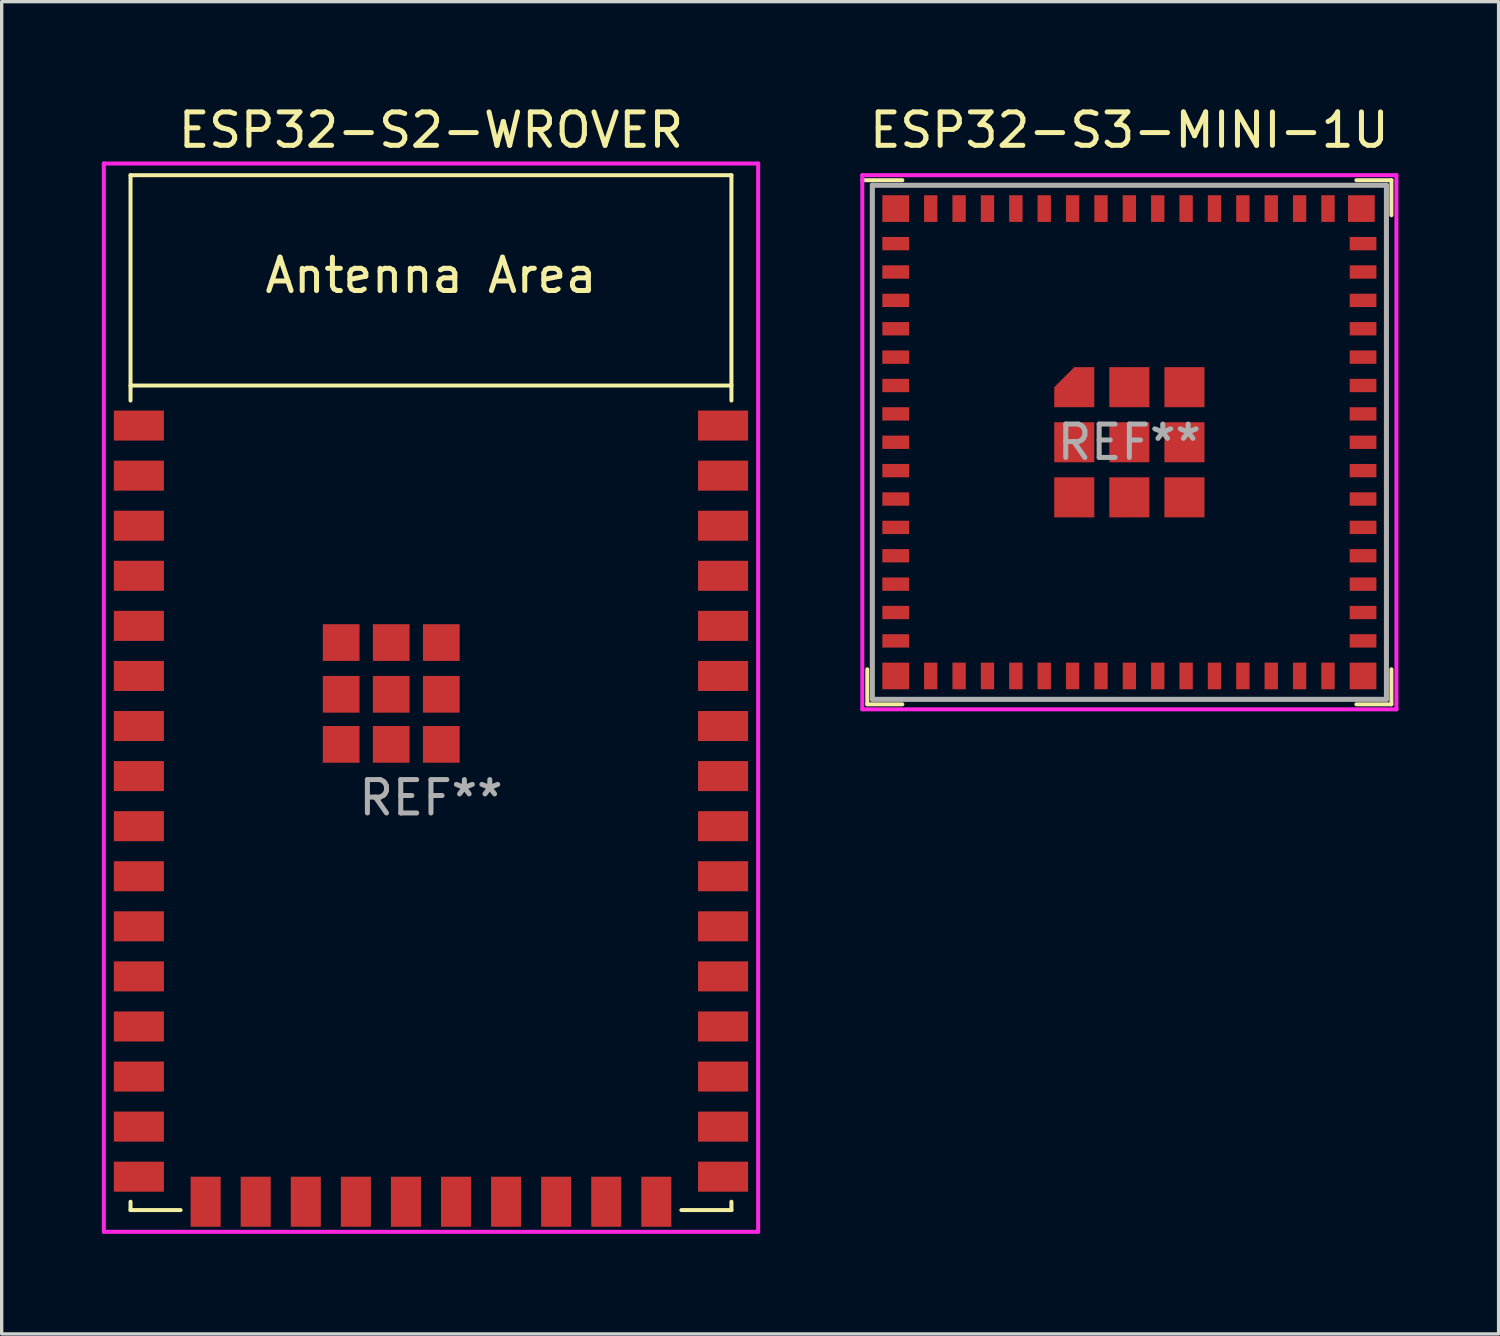
<source format=kicad_pcb>
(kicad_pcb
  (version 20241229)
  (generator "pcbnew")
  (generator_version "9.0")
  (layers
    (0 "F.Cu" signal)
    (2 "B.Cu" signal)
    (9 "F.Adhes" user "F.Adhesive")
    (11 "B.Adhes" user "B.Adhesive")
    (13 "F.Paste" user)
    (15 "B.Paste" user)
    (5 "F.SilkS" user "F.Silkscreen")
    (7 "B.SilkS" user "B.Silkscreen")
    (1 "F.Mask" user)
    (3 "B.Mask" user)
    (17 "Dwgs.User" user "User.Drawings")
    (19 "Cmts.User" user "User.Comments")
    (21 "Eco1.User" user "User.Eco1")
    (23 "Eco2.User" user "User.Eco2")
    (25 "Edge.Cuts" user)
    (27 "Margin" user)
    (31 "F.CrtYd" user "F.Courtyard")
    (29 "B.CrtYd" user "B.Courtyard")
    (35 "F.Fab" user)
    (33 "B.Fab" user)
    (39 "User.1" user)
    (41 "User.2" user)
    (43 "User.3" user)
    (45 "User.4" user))
  (footprint "ESP32-S3-MINI-1U"
    (layer "F.Cu")
    (at 30.78 10.198)
    (property "Reference" "ESP32-S3-MINI-1U" (at 0 -9.35 0) (layer "F.SilkS") (effects (font (size 1 1) (thickness 0.15))))
    (attr smd)
    (fp_line (start -7.85 7.85) (end -7.85 6.8) (stroke (width 0.12) (type solid)) (layer "F.SilkS"))
    (fp_line (start -7.7 -7.7) (end 7.7 -7.7) (stroke (width 0.12) (type solid)) (layer "F.SilkS"))
    (fp_line (start -7.7 7.7) (end -7.7 -7.7) (stroke (width 0.12) (type solid)) (layer "F.SilkS"))
    (fp_line (start -6.8 -7.85) (end -8 -7.85) (stroke (width 0.12) (type solid)) (layer "F.SilkS"))
    (fp_line (start -6.8 7.85) (end -7.85 7.85) (stroke (width 0.12) (type solid)) (layer "F.SilkS"))
    (fp_line (start 6.8 -7.85) (end 7.85 -7.85) (stroke (width 0.12) (type solid)) (layer "F.SilkS"))
    (fp_line (start 6.8 7.85) (end 7.85 7.85) (stroke (width 0.12) (type solid)) (layer "F.SilkS"))
    (fp_line (start 7.7 -7.7) (end 7.7 7.7) (stroke (width 0.12) (type solid)) (layer "F.SilkS"))
    (fp_line (start 7.7 7.7) (end -7.7 7.7) (stroke (width 0.12) (type solid)) (layer "F.SilkS"))
    (fp_line (start 7.85 -7.85) (end 7.85 -6.8) (stroke (width 0.12) (type solid)) (layer "F.SilkS"))
    (fp_line (start 7.85 7.85) (end 7.85 6.8) (stroke (width 0.12) (type solid)) (layer "F.SilkS"))
    (fp_line (start -8 -8) (end -8 8) (stroke (width 0.12) (type solid)) (layer "F.CrtYd"))
    (fp_line (start -8 8) (end 8 8) (stroke (width 0.12) (type solid)) (layer "F.CrtYd"))
    (fp_line (start 8 -8) (end -8 -8) (stroke (width 0.12) (type solid)) (layer "F.CrtYd"))
    (fp_line (start 8 8) (end 8 -8) (stroke (width 0.12) (type solid)) (layer "F.CrtYd"))
    (fp_line (start -7.7 -7.7) (end -7.7 7.7) (stroke (width 0.15) (type solid)) (layer "F.Fab"))
    (fp_line (start -7.7 7.7) (end 7.7 7.7) (stroke (width 0.15) (type solid)) (layer "F.Fab"))
    (fp_line (start 7.7 -7.7) (end -7.7 -7.7) (stroke (width 0.15) (type solid)) (layer "F.Fab"))
    (fp_line (start 7.7 7.7) (end 7.7 -7.7) (stroke (width 0.15) (type solid)) (layer "F.Fab"))
    (fp_text user "REF**" (at 0 0 0) (layer "F.Fab") (effects (font (size 1 1) (thickness 0.15))))
    (pad "1" smd rect (at -7 -5.95 90) (size 0.4 0.8) (layers "F.Cu" "F.Mask" "F.Paste"))
    (pad "2" smd rect (at -7 -5.1 90) (size 0.4 0.8) (layers "F.Cu" "F.Mask" "F.Paste"))
    (pad "3" smd rect (at -7 -4.25 90) (size 0.4 0.8) (layers "F.Cu" "F.Mask" "F.Paste"))
    (pad "4" smd rect (at -7 -3.4 90) (size 0.4 0.8) (layers "F.Cu" "F.Mask" "F.Paste"))
    (pad "5" smd rect (at -7 -2.55 90) (size 0.4 0.8) (layers "F.Cu" "F.Mask" "F.Paste"))
    (pad "6" smd rect (at -7 -1.7 90) (size 0.4 0.8) (layers "F.Cu" "F.Mask" "F.Paste"))
    (pad "7" smd rect (at -7 -0.85 90) (size 0.4 0.8) (layers "F.Cu" "F.Mask" "F.Paste"))
    (pad "8" smd rect (at -7 0 90) (size 0.4 0.8) (layers "F.Cu" "F.Mask" "F.Paste"))
    (pad "9" smd rect (at -7 0.85 90) (size 0.4 0.8) (layers "F.Cu" "F.Mask" "F.Paste"))
    (pad "10" smd rect (at -7 1.7 90) (size 0.4 0.8) (layers "F.Cu" "F.Mask" "F.Paste"))
    (pad "11" smd rect (at -7 2.55 90) (size 0.4 0.8) (layers "F.Cu" "F.Mask" "F.Paste"))
    (pad "12" smd rect (at -7 3.4 90) (size 0.4 0.8) (layers "F.Cu" "F.Mask" "F.Paste"))
    (pad "13" smd rect (at -7 4.25 90) (size 0.4 0.8) (layers "F.Cu" "F.Mask" "F.Paste"))
    (pad "14" smd rect (at -7 5.1 90) (size 0.4 0.8) (layers "F.Cu" "F.Mask" "F.Paste"))
    (pad "15" smd rect (at -7 5.95 90) (size 0.4 0.8) (layers "F.Cu" "F.Mask" "F.Paste"))
    (pad "16" smd rect (at -5.95 7) (size 0.4 0.8) (layers "F.Cu" "F.Mask" "F.Paste"))
    (pad "17" smd rect (at -5.1 7) (size 0.4 0.8) (layers "F.Cu" "F.Mask" "F.Paste"))
    (pad "18" smd rect (at -4.25 7) (size 0.4 0.8) (layers "F.Cu" "F.Mask" "F.Paste"))
    (pad "19" smd rect (at -3.4 7) (size 0.4 0.8) (layers "F.Cu" "F.Mask" "F.Paste"))
    (pad "20" smd rect (at -2.55 7) (size 0.4 0.8) (layers "F.Cu" "F.Mask" "F.Paste"))
    (pad "21" smd rect (at -1.7 7) (size 0.4 0.8) (layers "F.Cu" "F.Mask" "F.Paste"))
    (pad "22" smd rect (at -0.85 7) (size 0.4 0.8) (layers "F.Cu" "F.Mask" "F.Paste"))
    (pad "23" smd rect (at 0 7) (size 0.4 0.8) (layers "F.Cu" "F.Mask" "F.Paste"))
    (pad "24" smd rect (at 0.85 7) (size 0.4 0.8) (layers "F.Cu" "F.Mask" "F.Paste"))
    (pad "25" smd rect (at 1.7 7) (size 0.4 0.8) (layers "F.Cu" "F.Mask" "F.Paste"))
    (pad "26" smd rect (at 2.55 7) (size 0.4 0.8) (layers "F.Cu" "F.Mask" "F.Paste"))
    (pad "27" smd rect (at 3.4 7) (size 0.4 0.8) (layers "F.Cu" "F.Mask" "F.Paste"))
    (pad "28" smd rect (at 4.25 7) (size 0.4 0.8) (layers "F.Cu" "F.Mask" "F.Paste"))
    (pad "29" smd rect (at 5.1 7) (size 0.4 0.8) (layers "F.Cu" "F.Mask" "F.Paste"))
    (pad "30" smd rect (at 5.95 7) (size 0.4 0.8) (layers "F.Cu" "F.Mask" "F.Paste"))
    (pad "31" smd rect (at 7 5.95 90) (size 0.4 0.8) (layers "F.Cu" "F.Mask" "F.Paste"))
    (pad "32" smd rect (at 7 5.1 90) (size 0.4 0.8) (layers "F.Cu" "F.Mask" "F.Paste"))
    (pad "33" smd rect (at 7 4.25 90) (size 0.4 0.8) (layers "F.Cu" "F.Mask" "F.Paste"))
    (pad "34" smd rect (at 7 3.4 90) (size 0.4 0.8) (layers "F.Cu" "F.Mask" "F.Paste"))
    (pad "35" smd rect (at 7 2.55 90) (size 0.4 0.8) (layers "F.Cu" "F.Mask" "F.Paste"))
    (pad "36" smd rect (at 7 1.7 90) (size 0.4 0.8) (layers "F.Cu" "F.Mask" "F.Paste"))
    (pad "37" smd rect (at 7 0.85 90) (size 0.4 0.8) (layers "F.Cu" "F.Mask" "F.Paste"))
    (pad "38" smd rect (at 7 0 90) (size 0.4 0.8) (layers "F.Cu" "F.Mask" "F.Paste"))
    (pad "39" smd rect (at 7 -0.85 90) (size 0.4 0.8) (layers "F.Cu" "F.Mask" "F.Paste"))
    (pad "40" smd rect (at 7 -1.7 90) (size 0.4 0.8) (layers "F.Cu" "F.Mask" "F.Paste"))
    (pad "41" smd rect (at 7 -2.55 90) (size 0.4 0.8) (layers "F.Cu" "F.Mask" "F.Paste"))
    (pad "42" smd rect (at 7 -3.4 90) (size 0.4 0.8) (layers "F.Cu" "F.Mask" "F.Paste"))
    (pad "43" smd rect (at 7 -4.25 90) (size 0.4 0.8) (layers "F.Cu" "F.Mask" "F.Paste"))
    (pad "44" smd rect (at 7 -5.1 90) (size 0.4 0.8) (layers "F.Cu" "F.Mask" "F.Paste"))
    (pad "45" smd rect (at 7 -5.95 90) (size 0.4 0.8) (layers "F.Cu" "F.Mask" "F.Paste"))
    (pad "46" smd rect (at -7 -7 180) (size 0.8 0.8) (layers "F.Cu" "F.Mask" "F.Paste"))
    (pad "46" smd rect (at -7 7 180) (size 0.8 0.8) (layers "F.Cu" "F.Mask" "F.Paste"))
    (pad "46" smd rect (at -5.95 -7) (size 0.4 0.8) (layers "F.Cu" "F.Mask" "F.Paste"))
    (pad "46" smd rect (at -5.1 -7) (size 0.4 0.8) (layers "F.Cu" "F.Mask" "F.Paste"))
    (pad "46" smd rect (at -4.25 -7) (size 0.4 0.8) (layers "F.Cu" "F.Mask" "F.Paste"))
    (pad "46" smd rect (at -3.4 -7) (size 0.4 0.8) (layers "F.Cu" "F.Mask" "F.Paste"))
    (pad "46" smd rect (at -2.55 -7) (size 0.4 0.8) (layers "F.Cu" "F.Mask" "F.Paste"))
    (pad "46" smd rect (at -1.7 -7) (size 0.4 0.8) (layers "F.Cu" "F.Mask" "F.Paste"))
    (pad "46" smd custom (at -1.65 -1.65) (size 0.6 0.6) (layers "F.Cu" "F.Mask" "F.Paste") (options (anchor rect)) (primitives (gr_poly (pts (xy 0.6 0.6) (xy -0.6 0.6) (xy -0.6 0) (xy 0 -0.6) (xy 0.6 -0.6)) (width 0) (fill yes))))
    (pad "46" smd rect (at -1.65 0) (size 1.2 1.2) (layers "F.Cu" "F.Mask" "F.Paste"))
    (pad "46" smd rect (at -1.65 1.65) (size 1.2 1.2) (layers "F.Cu" "F.Mask" "F.Paste"))
    (pad "46" smd rect (at -0.85 -7) (size 0.4 0.8) (layers "F.Cu" "F.Mask" "F.Paste"))
    (pad "46" smd rect (at 0 -7) (size 0.4 0.8) (layers "F.Cu" "F.Mask" "F.Paste"))
    (pad "46" smd rect (at 0 -1.65) (size 1.2 1.2) (layers "F.Cu" "F.Mask" "F.Paste"))
    (pad "46" smd rect (at 0 0) (size 1.2 1.2) (layers "F.Cu" "F.Mask" "F.Paste"))
    (pad "46" smd rect (at 0 1.65) (size 1.2 1.2) (layers "F.Cu" "F.Mask" "F.Paste"))
    (pad "46" smd rect (at 0.85 -7) (size 0.4 0.8) (layers "F.Cu" "F.Mask" "F.Paste"))
    (pad "46" smd rect (at 1.65 -1.65) (size 1.2 1.2) (layers "F.Cu" "F.Mask" "F.Paste"))
    (pad "46" smd rect (at 1.65 0) (size 1.2 1.2) (layers "F.Cu" "F.Mask" "F.Paste"))
    (pad "46" smd rect (at 1.65 1.65) (size 1.2 1.2) (layers "F.Cu" "F.Mask" "F.Paste"))
    (pad "46" smd rect (at 1.7 -7) (size 0.4 0.8) (layers "F.Cu" "F.Mask" "F.Paste"))
    (pad "46" smd rect (at 2.55 -7) (size 0.4 0.8) (layers "F.Cu" "F.Mask" "F.Paste"))
    (pad "46" smd rect (at 3.4 -7) (size 0.4 0.8) (layers "F.Cu" "F.Mask" "F.Paste"))
    (pad "46" smd rect (at 4.25 -7) (size 0.4 0.8) (layers "F.Cu" "F.Mask" "F.Paste"))
    (pad "46" smd rect (at 5.1 -7) (size 0.4 0.8) (layers "F.Cu" "F.Mask" "F.Paste"))
    (pad "46" smd rect (at 5.95 -7) (size 0.4 0.8) (layers "F.Cu" "F.Mask" "F.Paste"))
    (pad "46" smd rect (at 6.95 -7 180) (size 0.8 0.8) (layers "F.Cu" "F.Mask" "F.Paste"))
    (pad "46" smd rect (at 7 7 180) (size 0.8 0.8) (layers "F.Cu" "F.Mask" "F.Paste")))
  (footprint "ESP32-S2-WROVER"
    (layer "F.Cu")
    (at 9.86 20.848)
    (property "Reference" "ESP32-S2-WROVER" (at 0 -20 0) (layer "F.SilkS") (effects (font (size 1 1) (thickness 0.15))))
    (attr smd)
    (fp_line (start -9 -18.65) (end -9 -11.9) (stroke (width 0.12) (type solid)) (layer "F.SilkS"))
    (fp_line (start -9 -18.65) (end 9 -18.65) (stroke (width 0.12) (type solid)) (layer "F.SilkS"))
    (fp_line (start -9 12.35) (end -9 12.1) (stroke (width 0.12) (type solid)) (layer "F.SilkS"))
    (fp_line (start -9 12.35) (end -7.5 12.35) (stroke (width 0.12) (type solid)) (layer "F.SilkS"))
    (fp_line (start 9 -18.65) (end 9 -11.9) (stroke (width 0.12) (type solid)) (layer "F.SilkS"))
    (fp_line (start 9 -12.35) (end -9 -12.35) (stroke (width 0.12) (type solid)) (layer "F.SilkS"))
    (fp_line (start 9 12.35) (end 7.5 12.35) (stroke (width 0.12) (type solid)) (layer "F.SilkS"))
    (fp_line (start 9 12.35) (end 9 12.1) (stroke (width 0.12) (type solid)) (layer "F.SilkS"))
    (fp_line (start -9 -18.65) (end 9 -18.65) (stroke (width 0.12) (type solid)) (layer "Eco2.User"))
    (fp_line (start -9 -12.35) (end 9 -12.35) (stroke (width 0.12) (type solid)) (layer "Eco2.User"))
    (fp_line (start -9 12.35) (end -9 -18.65) (stroke (width 0.12) (type solid)) (layer "Eco2.User"))
    (fp_line (start 9 -18.65) (end 9 12.35) (stroke (width 0.12) (type solid)) (layer "Eco2.User"))
    (fp_line (start 9 12.35) (end -9 12.35) (stroke (width 0.12) (type solid)) (layer "Eco2.User"))
    (fp_line (start -9.8 -19) (end -9.8 13) (stroke (width 0.12) (type solid)) (layer "F.CrtYd"))
    (fp_line (start -9.8 -19) (end 9.8 -19) (stroke (width 0.12) (type solid)) (layer "F.CrtYd"))
    (fp_line (start -9.8 13) (end 9.8 13) (stroke (width 0.12) (type solid)) (layer "F.CrtYd"))
    (fp_line (start 9.8 -19) (end 9.8 13) (stroke (width 0.12) (type solid)) (layer "F.CrtYd"))
    (fp_text user "Antenna Area" (at 0 -15.65 0) (layer "F.SilkS") (effects (font (size 1 1) (thickness 0.15))))
    (fp_text user "Antenna Area" (at 0 -15.65 0) (layer "Eco2.User") (effects (font (size 1 1) (thickness 0.15))))
    (fp_text user "REF**" (at 0 0 0) (layer "F.Fab") (effects (font (size 1 1) (thickness 0.15))))
    (pad "1" smd rect (at -8.75 -11.15) (size 1.5 0.9) (layers "F.Cu" "F.Mask" "F.Paste"))
    (pad "2" smd rect (at -8.75 -9.65) (size 1.5 0.9) (layers "F.Cu" "F.Mask" "F.Paste"))
    (pad "3" smd rect (at -8.75 -8.15) (size 1.5 0.9) (layers "F.Cu" "F.Mask" "F.Paste"))
    (pad "4" smd rect (at -8.75 -6.65) (size 1.5 0.9) (layers "F.Cu" "F.Mask" "F.Paste"))
    (pad "5" smd rect (at -8.75 -5.15) (size 1.5 0.9) (layers "F.Cu" "F.Mask" "F.Paste"))
    (pad "6" smd rect (at -8.75 -3.65) (size 1.5 0.9) (layers "F.Cu" "F.Mask" "F.Paste"))
    (pad "7" smd rect (at -8.75 -2.15) (size 1.5 0.9) (layers "F.Cu" "F.Mask" "F.Paste"))
    (pad "8" smd rect (at -8.75 -0.65) (size 1.5 0.9) (layers "F.Cu" "F.Mask" "F.Paste"))
    (pad "9" smd rect (at -8.75 0.85) (size 1.5 0.9) (layers "F.Cu" "F.Mask" "F.Paste"))
    (pad "10" smd rect (at -8.75 2.35) (size 1.5 0.9) (layers "F.Cu" "F.Mask" "F.Paste"))
    (pad "11" smd rect (at -8.75 3.85) (size 1.5 0.9) (layers "F.Cu" "F.Mask" "F.Paste"))
    (pad "12" smd rect (at -8.75 5.35) (size 1.5 0.9) (layers "F.Cu" "F.Mask" "F.Paste"))
    (pad "13" smd rect (at -8.75 6.85) (size 1.5 0.9) (layers "F.Cu" "F.Mask" "F.Paste"))
    (pad "14" smd rect (at -8.75 8.35) (size 1.5 0.9) (layers "F.Cu" "F.Mask" "F.Paste"))
    (pad "15" smd rect (at -8.75 9.85) (size 1.5 0.9) (layers "F.Cu" "F.Mask" "F.Paste"))
    (pad "16" smd rect (at -8.75 11.35) (size 1.5 0.9) (layers "F.Cu" "F.Mask" "F.Paste"))
    (pad "17" smd rect (at -6.75 12.1 90) (size 1.5 0.9) (layers "F.Cu" "F.Mask" "F.Paste"))
    (pad "18" smd rect (at -5.25 12.1 90) (size 1.5 0.9) (layers "F.Cu" "F.Mask" "F.Paste"))
    (pad "19" smd rect (at -3.75 12.1 90) (size 1.5 0.9) (layers "F.Cu" "F.Mask" "F.Paste"))
    (pad "20" smd rect (at -2.25 12.1 90) (size 1.5 0.9) (layers "F.Cu" "F.Mask" "F.Paste"))
    (pad "21" smd rect (at -0.75 12.1 90) (size 1.5 0.9) (layers "F.Cu" "F.Mask" "F.Paste"))
    (pad "22" smd rect (at 0.75 12.1 90) (size 1.5 0.9) (layers "F.Cu" "F.Mask" "F.Paste"))
    (pad "23" smd rect (at 2.25 12.1 90) (size 1.5 0.9) (layers "F.Cu" "F.Mask" "F.Paste"))
    (pad "24" smd rect (at 3.75 12.1 90) (size 1.5 0.9) (layers "F.Cu" "F.Mask" "F.Paste"))
    (pad "25" smd rect (at 5.25 12.1 90) (size 1.5 0.9) (layers "F.Cu" "F.Mask" "F.Paste"))
    (pad "26" smd rect (at 6.75 12.1 90) (size 1.5 0.9) (layers "F.Cu" "F.Mask" "F.Paste"))
    (pad "27" smd rect (at 8.75 11.35 180) (size 1.5 0.9) (layers "F.Cu" "F.Mask" "F.Paste"))
    (pad "28" smd rect (at 8.75 9.85 180) (size 1.5 0.9) (layers "F.Cu" "F.Mask" "F.Paste"))
    (pad "29" smd rect (at 8.75 8.35 180) (size 1.5 0.9) (layers "F.Cu" "F.Mask" "F.Paste"))
    (pad "30" smd rect (at 8.75 6.85 180) (size 1.5 0.9) (layers "F.Cu" "F.Mask" "F.Paste"))
    (pad "31" smd rect (at 8.75 5.35 180) (size 1.5 0.9) (layers "F.Cu" "F.Mask" "F.Paste"))
    (pad "32" smd rect (at 8.75 3.85 180) (size 1.5 0.9) (layers "F.Cu" "F.Mask" "F.Paste"))
    (pad "33" smd rect (at 8.75 2.35 180) (size 1.5 0.9) (layers "F.Cu" "F.Mask" "F.Paste"))
    (pad "34" smd rect (at 8.75 0.85 180) (size 1.5 0.9) (layers "F.Cu" "F.Mask" "F.Paste"))
    (pad "35" smd rect (at 8.75 -0.65 180) (size 1.5 0.9) (layers "F.Cu" "F.Mask" "F.Paste"))
    (pad "36" smd rect (at 8.75 -2.15 180) (size 1.5 0.9) (layers "F.Cu" "F.Mask" "F.Paste"))
    (pad "37" smd rect (at 8.75 -3.65 180) (size 1.5 0.9) (layers "F.Cu" "F.Mask" "F.Paste"))
    (pad "38" smd rect (at 8.75 -5.15 180) (size 1.5 0.9) (layers "F.Cu" "F.Mask" "F.Paste"))
    (pad "39" smd rect (at 8.75 -6.65 180) (size 1.5 0.9) (layers "F.Cu" "F.Mask" "F.Paste"))
    (pad "40" smd rect (at 8.75 -8.15 180) (size 1.5 0.9) (layers "F.Cu" "F.Mask" "F.Paste"))
    (pad "41" smd rect (at 8.75 -9.65 180) (size 1.5 0.9) (layers "F.Cu" "F.Mask" "F.Paste"))
    (pad "42" smd rect (at 8.75 -11.15 180) (size 1.5 0.9) (layers "F.Cu" "F.Mask" "F.Paste"))
    (pad "43" smd rect (at -2.69 -4.65 180) (size 1.1 1.1) (layers "F.Cu" "F.Mask" "F.Paste"))
    (pad "43" smd rect (at -2.69 -3.1 180) (size 1.1 1.1) (layers "F.Cu" "F.Mask" "F.Paste"))
    (pad "43" smd rect (at -2.69 -1.6 180) (size 1.1 1.1) (layers "F.Cu" "F.Mask" "F.Paste"))
    (pad "43" smd rect (at -1.19 -4.65 180) (size 1.1 1.1) (layers "F.Cu" "F.Mask" "F.Paste"))
    (pad "43" smd rect (at -1.19 -3.1 180) (size 1.1 1.1) (layers "F.Cu" "F.Mask" "F.Paste"))
    (pad "43" smd rect (at -1.19 -1.6 180) (size 1.1 1.1) (layers "F.Cu" "F.Mask" "F.Paste"))
    (pad "43" smd rect (at 0.31 -4.65 180) (size 1.1 1.1) (layers "F.Cu" "F.Mask" "F.Paste"))
    (pad "43" smd rect (at 0.31 -3.1 180) (size 1.1 1.1) (layers "F.Cu" "F.Mask" "F.Paste"))
    (pad "43" smd rect (at 0.31 -1.6 180) (size 1.1 1.1) (layers "F.Cu" "F.Mask" "F.Paste")))
  (gr_rect
    (start -3 -3)
    (end 41.84 36.908)
    (stroke (width 0.1) (type default))
    (fill no)
    (layer "Edge.Cuts")))
</source>
